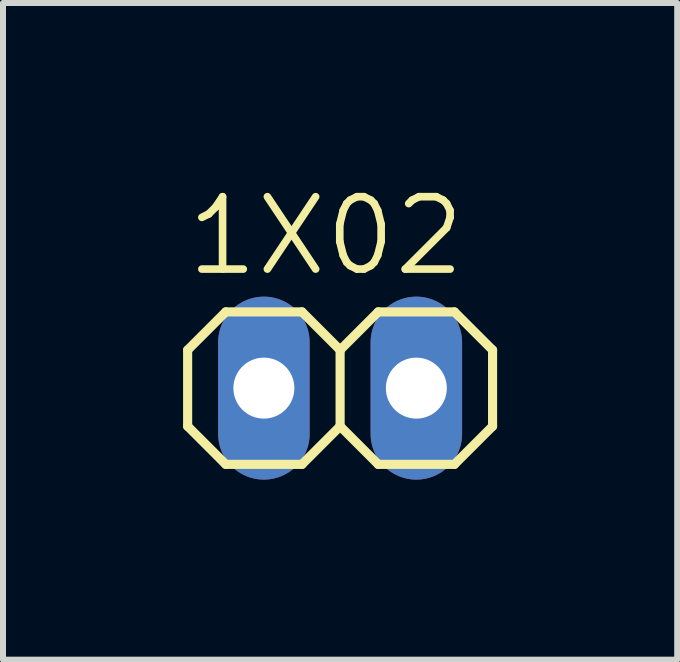
<source format=kicad_pcb>
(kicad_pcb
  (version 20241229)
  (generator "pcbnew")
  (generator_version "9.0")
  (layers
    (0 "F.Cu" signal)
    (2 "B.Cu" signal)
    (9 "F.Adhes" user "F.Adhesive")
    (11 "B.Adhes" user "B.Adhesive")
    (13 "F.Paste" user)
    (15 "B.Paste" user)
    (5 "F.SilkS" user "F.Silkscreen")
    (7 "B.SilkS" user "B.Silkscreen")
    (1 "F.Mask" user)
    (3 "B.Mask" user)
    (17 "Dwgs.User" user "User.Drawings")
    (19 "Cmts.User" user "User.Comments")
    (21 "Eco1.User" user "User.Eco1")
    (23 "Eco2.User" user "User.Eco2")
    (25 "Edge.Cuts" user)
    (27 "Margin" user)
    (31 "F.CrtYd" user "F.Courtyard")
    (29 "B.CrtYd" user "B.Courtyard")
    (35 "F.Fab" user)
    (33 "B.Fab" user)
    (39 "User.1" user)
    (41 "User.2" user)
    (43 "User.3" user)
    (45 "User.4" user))
  (footprint "1X02"
    (layer "F.Cu")
    (at 2.616 3.416)
    (property "Reference" "1X02" (at -2.616 -1.829 0) (layer "F.SilkS") (effects (font (size 1.206 1.206) (thickness 0.127)) (justify left bottom)))
    (attr through_hole)
    (fp_line (start -2.54 -0.635) (end -2.54 0.635) (stroke (width 0.152) (type solid)) (layer "F.SilkS"))
    (fp_line (start -2.54 0.635) (end -1.905 1.27) (stroke (width 0.152) (type solid)) (layer "F.SilkS"))
    (fp_line (start -1.905 -1.27) (end -2.54 -0.635) (stroke (width 0.152) (type solid)) (layer "F.SilkS"))
    (fp_line (start -1.905 -1.27) (end -0.635 -1.27) (stroke (width 0.152) (type solid)) (layer "F.SilkS"))
    (fp_line (start -0.635 -1.27) (end 0 -0.635) (stroke (width 0.152) (type solid)) (layer "F.SilkS"))
    (fp_line (start -0.635 1.27) (end -1.905 1.27) (stroke (width 0.152) (type solid)) (layer "F.SilkS"))
    (fp_line (start 0 -0.635) (end 0 0.635) (stroke (width 0.152) (type solid)) (layer "F.SilkS"))
    (fp_line (start 0 -0.635) (end 0.635 -1.27) (stroke (width 0.152) (type solid)) (layer "F.SilkS"))
    (fp_line (start 0 0.635) (end -0.635 1.27) (stroke (width 0.152) (type solid)) (layer "F.SilkS"))
    (fp_line (start 0.635 -1.27) (end 1.905 -1.27) (stroke (width 0.152) (type solid)) (layer "F.SilkS"))
    (fp_line (start 0.635 1.27) (end 0 0.635) (stroke (width 0.152) (type solid)) (layer "F.SilkS"))
    (fp_line (start 1.905 -1.27) (end 2.54 -0.635) (stroke (width 0.152) (type solid)) (layer "F.SilkS"))
    (fp_line (start 1.905 1.27) (end 0.635 1.27) (stroke (width 0.152) (type solid)) (layer "F.SilkS"))
    (fp_line (start 2.54 -0.635) (end 2.54 0.635) (stroke (width 0.152) (type solid)) (layer "F.SilkS"))
    (fp_line (start 2.54 0.635) (end 1.905 1.27) (stroke (width 0.152) (type solid)) (layer "F.SilkS"))
    (fp_poly (pts (xy -1.524 0.254) (xy -1.016 0.254) (xy -1.016 -0.254) (xy -1.524 -0.254)) (stroke (width 0.1) (type solid)) (fill no) (layer "F.Fab"))
    (fp_poly (pts (xy 1.016 0.254) (xy 1.524 0.254) (xy 1.524 -0.254) (xy 1.016 -0.254)) (stroke (width 0.1) (type solid)) (fill no) (layer "F.Fab"))
    (pad "1" thru_hole oval (at -1.27 0 90) (size 3.048 1.524) (drill 1.016) (layers "*.Cu" "*.Mask"))
    (pad "2" thru_hole oval (at 1.27 0 90) (size 3.048 1.524) (drill 1.016) (layers "*.Cu" "*.Mask")))
  (gr_rect
    (start -3 -3)
    (end 8.232 7.94)
    (stroke (width 0.1) (type default))
    (fill no)
    (layer "Edge.Cuts")))
</source>
